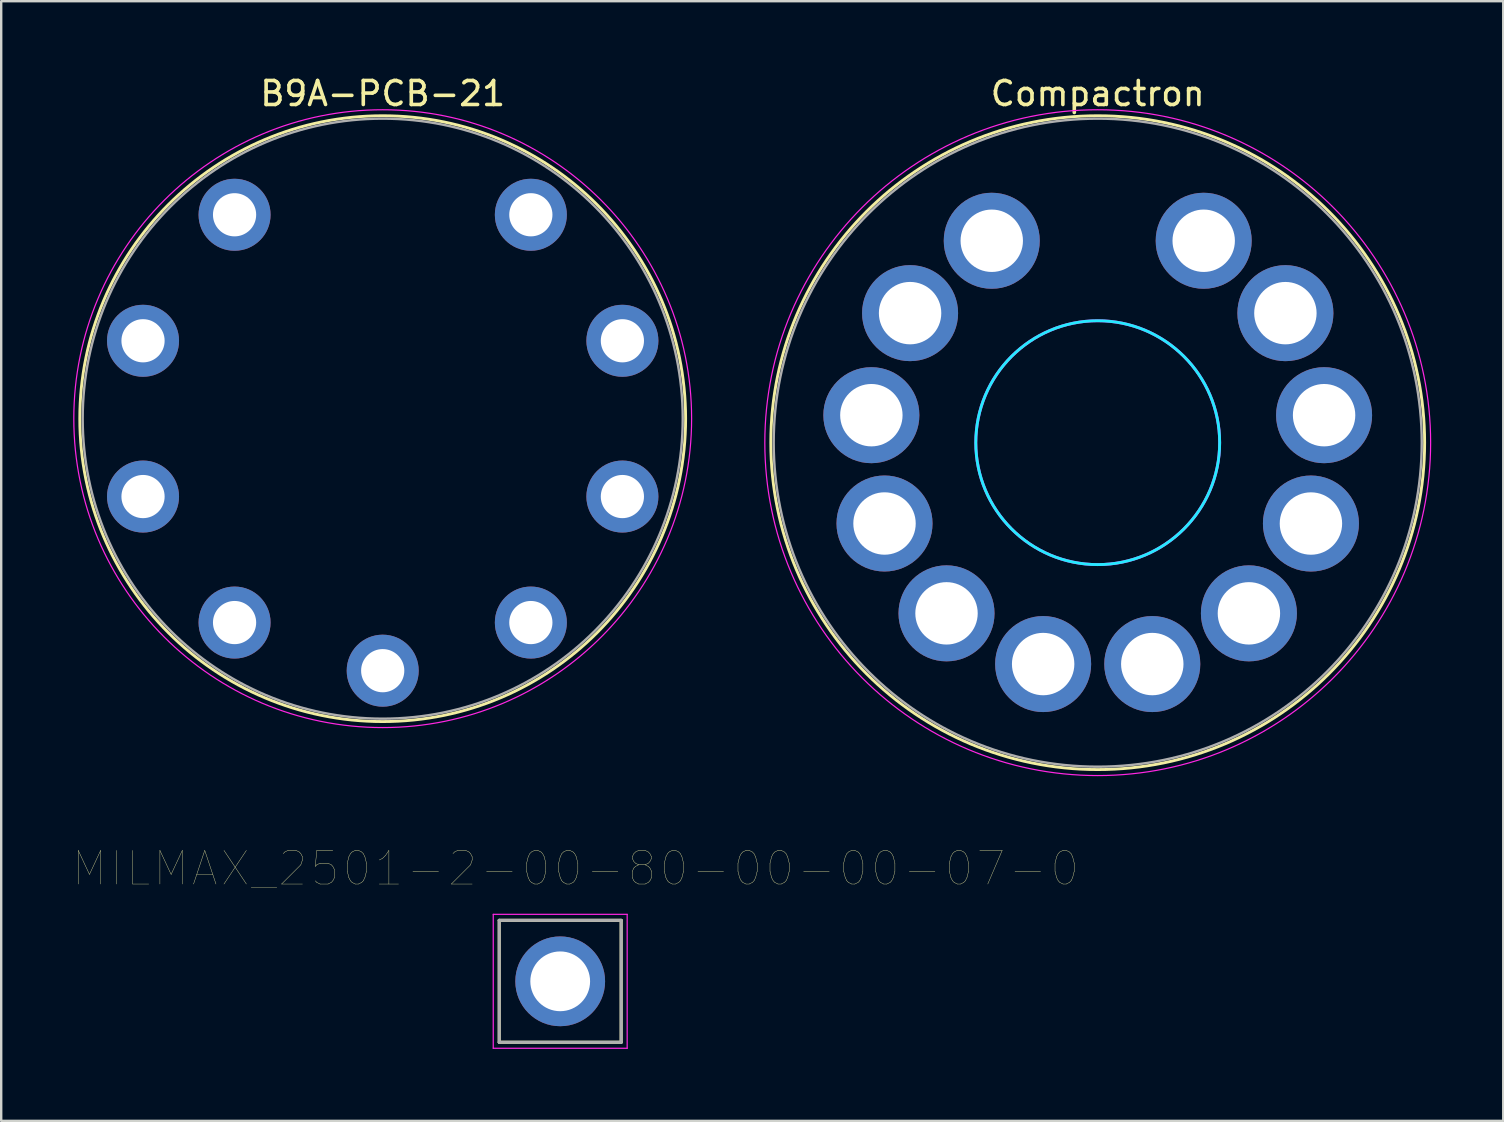
<source format=kicad_pcb>
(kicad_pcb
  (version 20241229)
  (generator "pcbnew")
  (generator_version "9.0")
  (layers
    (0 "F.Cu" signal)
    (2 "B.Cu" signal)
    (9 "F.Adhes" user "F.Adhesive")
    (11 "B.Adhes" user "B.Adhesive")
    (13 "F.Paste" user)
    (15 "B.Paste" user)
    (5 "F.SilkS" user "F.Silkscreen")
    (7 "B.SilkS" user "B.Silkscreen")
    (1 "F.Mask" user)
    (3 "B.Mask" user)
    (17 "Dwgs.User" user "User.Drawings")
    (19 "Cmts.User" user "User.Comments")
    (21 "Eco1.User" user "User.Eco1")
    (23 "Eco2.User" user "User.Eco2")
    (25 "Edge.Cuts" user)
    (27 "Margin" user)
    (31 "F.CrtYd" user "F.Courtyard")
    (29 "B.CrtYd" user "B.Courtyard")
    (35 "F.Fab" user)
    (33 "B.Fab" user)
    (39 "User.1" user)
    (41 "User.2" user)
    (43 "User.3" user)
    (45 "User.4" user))
  (footprint "B9A-PCB-21"
    (layer "F.Cu")
    (at 12.895 14.393)
    (property "Reference" "B9A-PCB-21" (at 0 -13.545 0) (layer "F.SilkS") (effects (font (size 1 1) (thickness 0.15))))
    (attr through_hole)
    (fp_circle (center 0 0) (end 0 12.62) (stroke (width 0.12) (type solid)) (fill no) (layer "F.SilkS"))
    (fp_circle (center 0 0) (end 0 12.87) (stroke (width 0.05) (type solid)) (fill no) (layer "F.CrtYd"))
    (fp_circle (center 0 0) (end 0 12.5) (stroke (width 0.1) (type solid)) (fill no) (layer "F.Fab"))
    (pad "1" thru_hole oval (at -6.172 -8.495) (size 3 3) (drill 1.8) (layers "*.Cu" "*.Mask"))
    (pad "2" thru_hole oval (at -9.986 -3.245) (size 3 3) (drill 1.8) (layers "*.Cu" "*.Mask"))
    (pad "3" thru_hole oval (at -9.986 3.245) (size 3 3) (drill 1.8) (layers "*.Cu" "*.Mask"))
    (pad "4" thru_hole oval (at -6.172 8.495) (size 3 3) (drill 1.8) (layers "*.Cu" "*.Mask"))
    (pad "5" thru_hole oval (at 0 10.5) (size 3 3) (drill 1.8) (layers "*.Cu" "*.Mask"))
    (pad "6" thru_hole oval (at 6.172 8.495) (size 3 3) (drill 1.8) (layers "*.Cu" "*.Mask"))
    (pad "7" thru_hole oval (at 9.986 3.245) (size 3 3) (drill 1.8) (layers "*.Cu" "*.Mask"))
    (pad "8" thru_hole oval (at 9.986 -3.245) (size 3 3) (drill 1.8) (layers "*.Cu" "*.Mask"))
    (pad "9" thru_hole oval (at 6.172 -8.495) (size 3 3) (drill 1.8) (layers "*.Cu" "*.Mask")))
  (footprint "Compactron"
    (layer "F.Cu")
    (at 42.685 15.393)
    (property "Reference" "Compactron" (at 0 -14.545 0) (layer "F.SilkS") (effects (font (size 1 1) (thickness 0.15))))
    (attr through_hole)
    (fp_circle (center 0 0) (end 0 13.62) (stroke (width 0.12) (type solid)) (fill no) (layer "F.SilkS"))
    (fp_circle (center 0 0) (end 5.08 0) (stroke (width 0.12) (type solid)) (fill no) (layer "B.CrtYd"))
    (fp_circle (center 0 0) (end 0 13.87) (stroke (width 0.05) (type solid)) (fill no) (layer "F.CrtYd"))
    (fp_circle (center 0 0) (end 5.08 0) (stroke (width 0.12) (type solid)) (fill no) (layer "F.CrtYd"))
    (fp_circle (center 0 0) (end 0 13.5) (stroke (width 0.1) (type solid)) (fill no) (layer "F.Fab"))
    (pad "1" thru_hole oval (at -4.415 -8.412 27) (size 4 4) (drill 2.6) (layers "*.Cu" "*.Mask"))
    (pad "2" thru_hole oval (at -7.818 -5.397 27) (size 4 4) (drill 2.6) (layers "*.Cu" "*.Mask"))
    (pad "3" thru_hole oval (at -9.431 -1.145 27) (size 4 4) (drill 2.6) (layers "*.Cu" "*.Mask"))
    (pad "4" thru_hole oval (at -8.883 3.368 27) (size 4 4) (drill 2.6) (layers "*.Cu" "*.Mask"))
    (pad "5" thru_hole oval (at -6.3 7.111 27) (size 4 4) (drill 2.6) (layers "*.Cu" "*.Mask"))
    (pad "6" thru_hole oval (at -2.274 9.224 27) (size 4 4) (drill 2.6) (layers "*.Cu" "*.Mask"))
    (pad "7" thru_hole oval (at 2.273 9.224 27) (size 4 4) (drill 2.6) (layers "*.Cu" "*.Mask"))
    (pad "8" thru_hole oval (at 6.299 7.111 27) (size 4 4) (drill 2.6) (layers "*.Cu" "*.Mask"))
    (pad "9" thru_hole oval (at 8.883 3.369 27) (size 4 4) (drill 2.6) (layers "*.Cu" "*.Mask"))
    (pad "10" thru_hole oval (at 9.431 -1.145 27) (size 4 4) (drill 2.6) (layers "*.Cu" "*.Mask"))
    (pad "11" thru_hole oval (at 7.819 -5.396 27) (size 4 4) (drill 2.6) (layers "*.Cu" "*.Mask"))
    (pad "12" thru_hole oval (at 4.415 -8.412 27) (size 4 4) (drill 2.6) (layers "*.Cu" "*.Mask")))
  (footprint "MILMAX_2501-2-00-80-00-00-07-0"
    (layer "F.Cu")
    (at 20.29 37.835)
    (property "Reference" "MILMAX_2501-2-00-80-00-00-07-0" (at 0.635 -4.701 0) (layer "F.SilkS") (effects (font (size 1.401 1.401) (thickness 0.015))))
    (attr through_hole)
    (fp_line (start -2.54 -2.54) (end 2.54 -2.54) (stroke (width 0.127) (type solid)) (layer "F.SilkS"))
    (fp_line (start -2.54 2.54) (end -2.54 -2.54) (stroke (width 0.127) (type solid)) (layer "F.SilkS"))
    (fp_line (start 2.54 -2.54) (end 2.54 2.54) (stroke (width 0.127) (type solid)) (layer "F.SilkS"))
    (fp_line (start 2.54 2.54) (end -2.54 2.54) (stroke (width 0.127) (type solid)) (layer "F.SilkS"))
    (fp_line (start -2.79 -2.79) (end 2.79 -2.79) (stroke (width 0.05) (type solid)) (layer "F.CrtYd"))
    (fp_line (start -2.79 2.79) (end -2.79 -2.79) (stroke (width 0.05) (type solid)) (layer "F.CrtYd"))
    (fp_line (start 2.79 -2.79) (end 2.79 2.79) (stroke (width 0.05) (type solid)) (layer "F.CrtYd"))
    (fp_line (start 2.79 2.79) (end -2.79 2.79) (stroke (width 0.05) (type solid)) (layer "F.CrtYd"))
    (fp_line (start -2.54 -2.54) (end 2.54 -2.54) (stroke (width 0.127) (type solid)) (layer "F.Fab"))
    (fp_line (start -2.54 2.54) (end -2.54 -2.54) (stroke (width 0.127) (type solid)) (layer "F.Fab"))
    (fp_line (start 2.54 -2.54) (end 2.54 2.54) (stroke (width 0.127) (type solid)) (layer "F.Fab"))
    (fp_line (start 2.54 2.54) (end -2.54 2.54) (stroke (width 0.127) (type solid)) (layer "F.Fab"))
    (pad "1" thru_hole circle (at 0 0) (size 3.74 3.74) (drill 2.49) (layers "*.Cu" "*.Mask")))
  (gr_rect
    (start -3 -3)
    (end 59.58 43.65)
    (stroke (width 0.1) (type default))
    (fill no)
    (layer "Edge.Cuts")))
</source>
